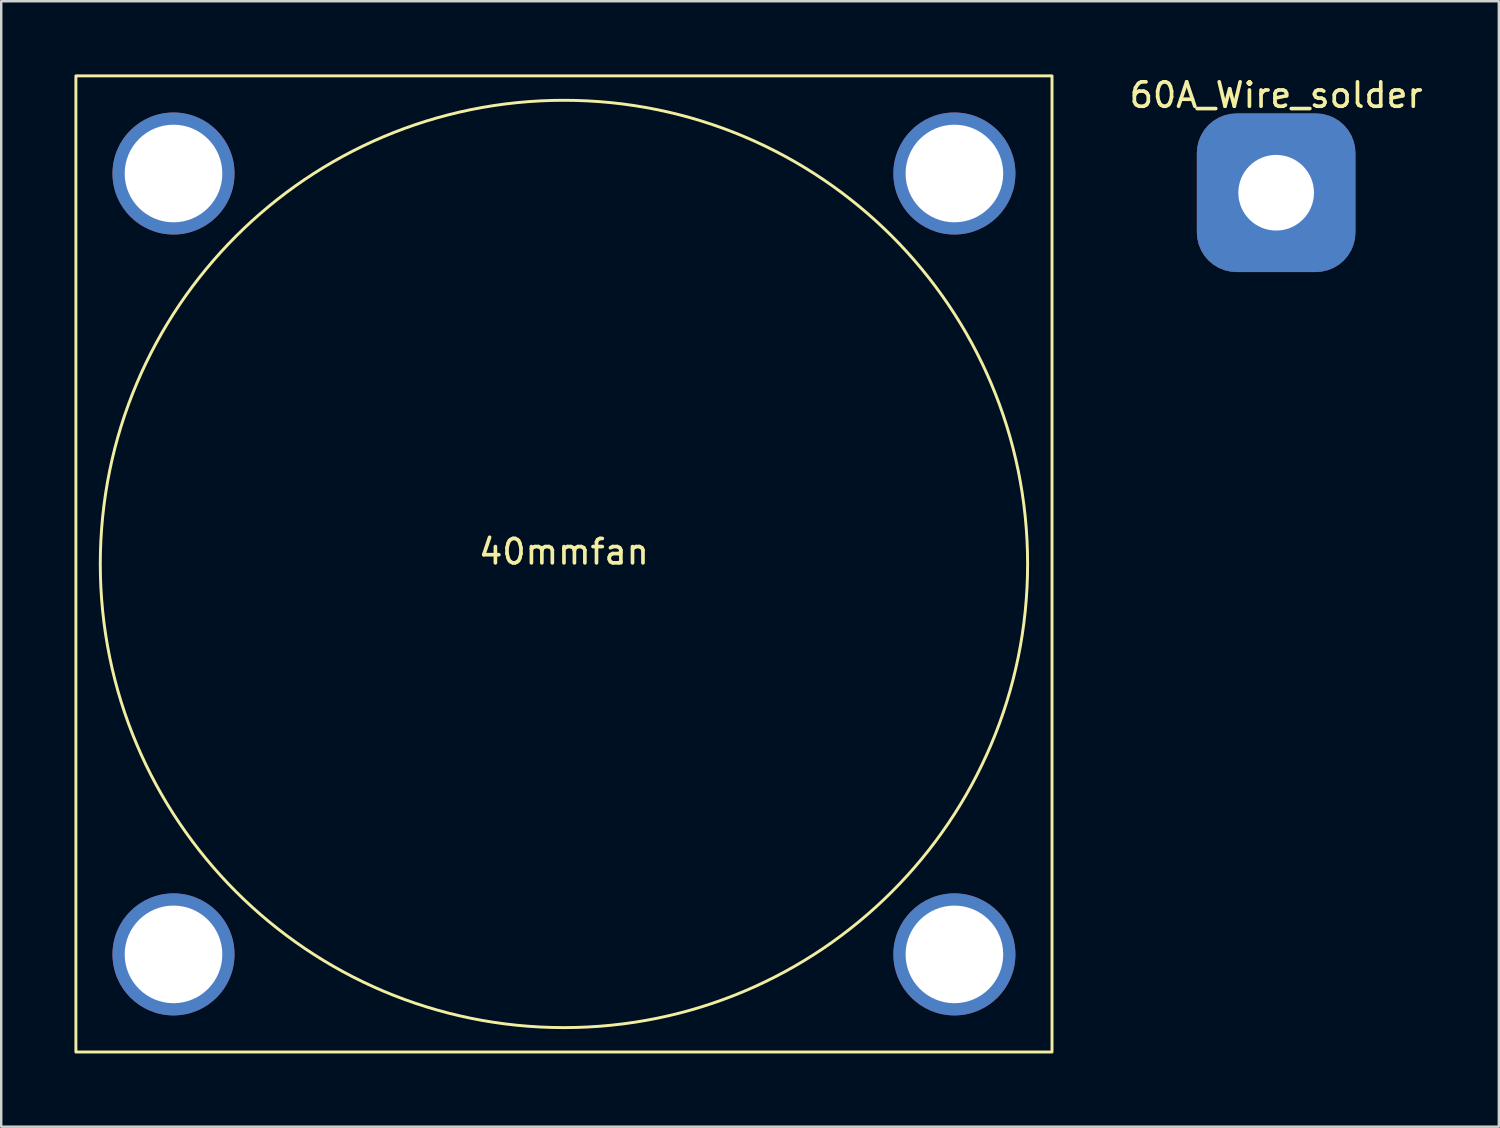
<source format=kicad_pcb>
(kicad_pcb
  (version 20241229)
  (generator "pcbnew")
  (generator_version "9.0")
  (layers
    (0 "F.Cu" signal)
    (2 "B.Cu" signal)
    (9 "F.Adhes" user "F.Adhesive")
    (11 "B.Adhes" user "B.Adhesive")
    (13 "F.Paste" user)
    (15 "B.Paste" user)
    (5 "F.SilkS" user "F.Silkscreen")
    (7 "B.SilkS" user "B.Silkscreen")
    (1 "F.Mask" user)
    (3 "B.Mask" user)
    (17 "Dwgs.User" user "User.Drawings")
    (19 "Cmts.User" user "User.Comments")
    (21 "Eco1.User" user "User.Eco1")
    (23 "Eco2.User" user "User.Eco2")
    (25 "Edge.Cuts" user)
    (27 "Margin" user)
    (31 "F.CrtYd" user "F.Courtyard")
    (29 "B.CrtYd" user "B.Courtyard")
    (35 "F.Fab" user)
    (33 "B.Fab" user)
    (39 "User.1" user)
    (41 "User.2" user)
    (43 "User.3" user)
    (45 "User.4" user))
  (footprint "60A_Wire_solder"
    (layer "F.Cu")
    (at 49.245 4.848)
    (property "Reference" "60A_Wire_solder" (at 0 -4 0) (unlocked yes) (layer "F.SilkS") (effects (font (size 1 1) (thickness 0.15))))
    (attr through_hole)
    (pad "1" thru_hole roundrect (at 0 0) (size 6.5 6.5) (drill 3.1) (layers "*.Cu" "*.Mask") (roundrect_rratio 0.25)))
  (footprint "40mmfan"
    (layer "F.Cu")
    (at 20.06 20.06)
    (property "Reference" "40mmfan" (at 0 -0.5 0) (unlocked yes) (layer "F.SilkS") (effects (font (size 1 1) (thickness 0.15))))
    (attr through_hole)
    (fp_rect (start -20 -20) (end 20 20) (stroke (width 0.12) (type solid)) (fill no) (layer "F.SilkS"))
    (fp_circle (center 0 0) (end 19 0) (stroke (width 0.12) (type solid)) (fill no) (layer "F.SilkS"))
    (pad "1" thru_hole circle (at -16 -16) (size 5 5) (drill 4) (layers "*.Cu" "*.Mask"))
    (pad "1" thru_hole circle (at -16 16) (size 5 5) (drill 4) (layers "*.Cu" "*.Mask"))
    (pad "1" thru_hole circle (at 16 -16) (size 5 5) (drill 4) (layers "*.Cu" "*.Mask"))
    (pad "1" thru_hole circle (at 16 16) (size 5 5) (drill 4) (layers "*.Cu" "*.Mask")))
  (gr_rect
    (start -3 -3)
    (end 58.37 43.12)
    (stroke (width 0.1) (type default))
    (fill no)
    (layer "Edge.Cuts")))
</source>
